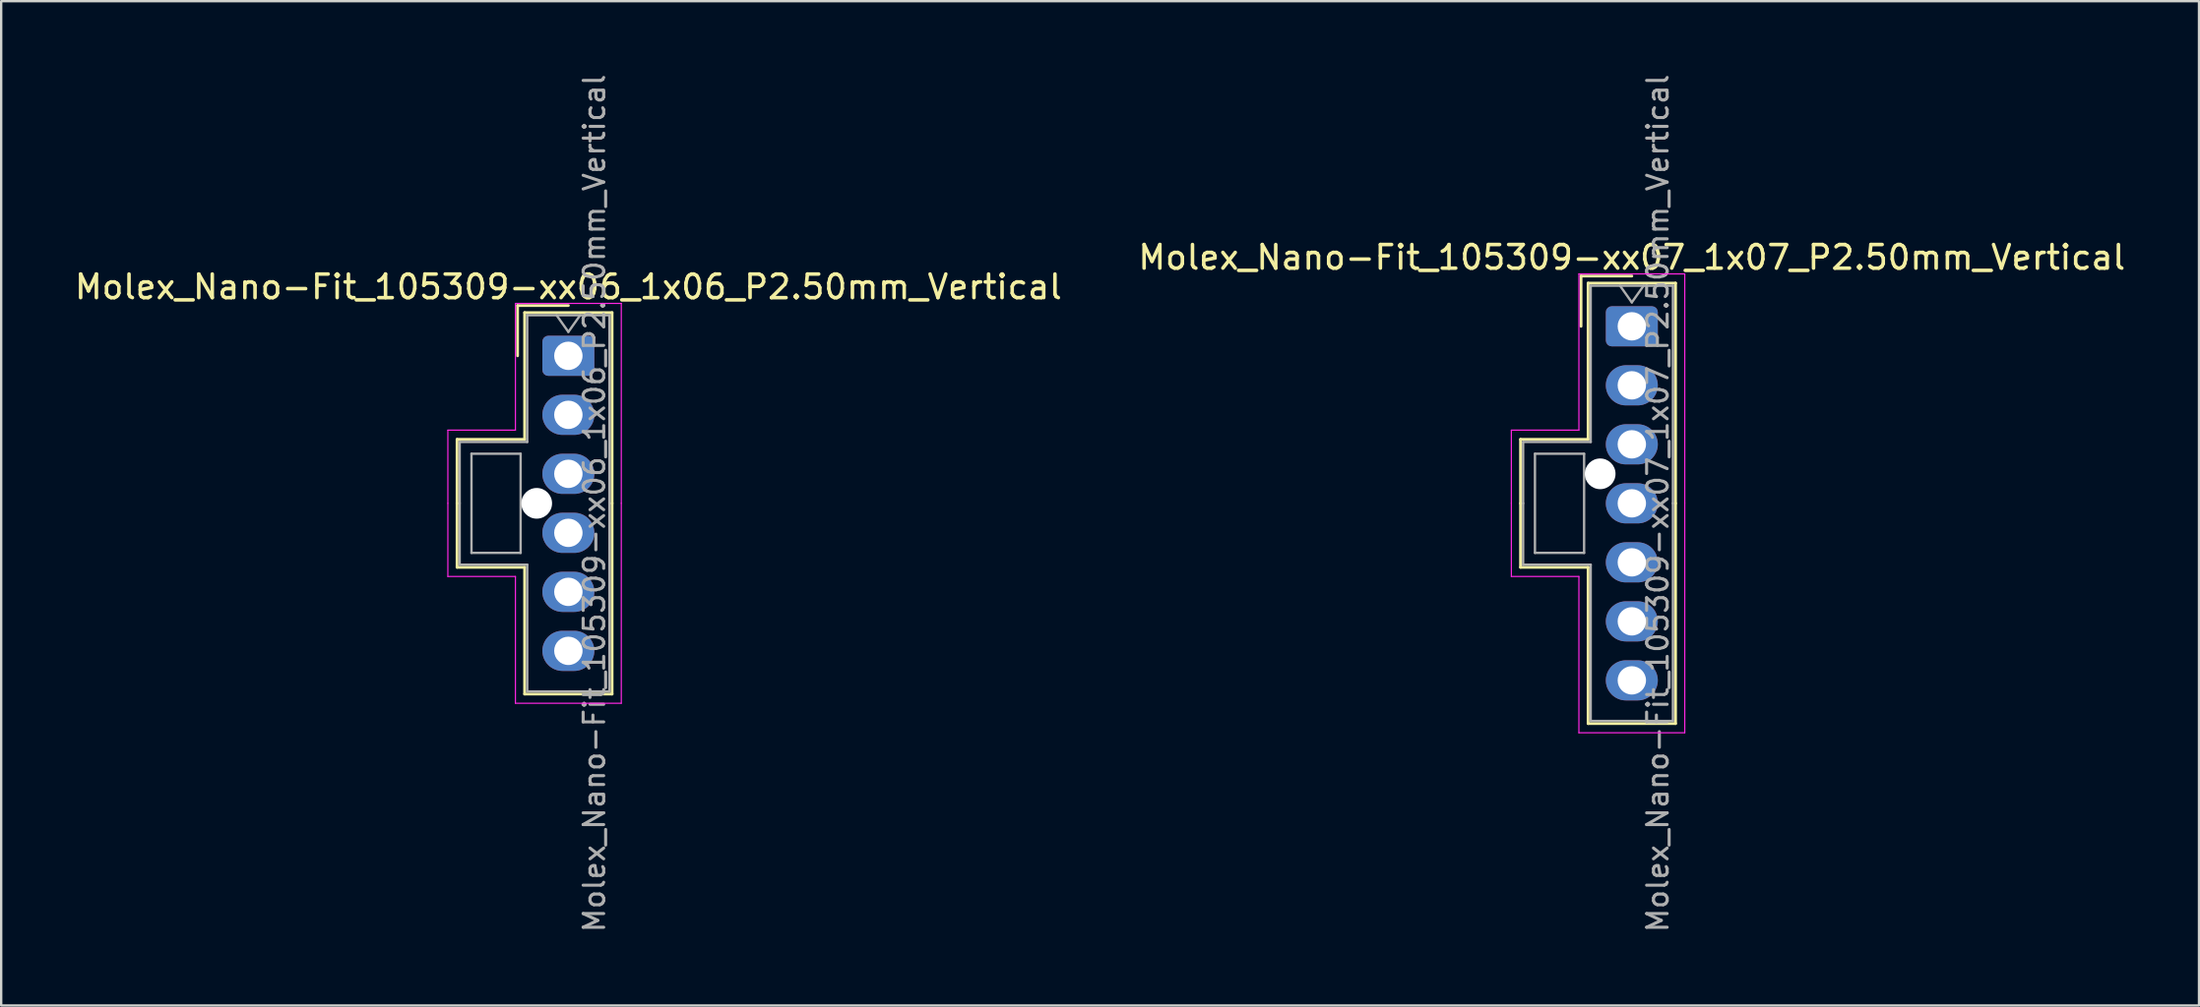
<source format=kicad_pcb>
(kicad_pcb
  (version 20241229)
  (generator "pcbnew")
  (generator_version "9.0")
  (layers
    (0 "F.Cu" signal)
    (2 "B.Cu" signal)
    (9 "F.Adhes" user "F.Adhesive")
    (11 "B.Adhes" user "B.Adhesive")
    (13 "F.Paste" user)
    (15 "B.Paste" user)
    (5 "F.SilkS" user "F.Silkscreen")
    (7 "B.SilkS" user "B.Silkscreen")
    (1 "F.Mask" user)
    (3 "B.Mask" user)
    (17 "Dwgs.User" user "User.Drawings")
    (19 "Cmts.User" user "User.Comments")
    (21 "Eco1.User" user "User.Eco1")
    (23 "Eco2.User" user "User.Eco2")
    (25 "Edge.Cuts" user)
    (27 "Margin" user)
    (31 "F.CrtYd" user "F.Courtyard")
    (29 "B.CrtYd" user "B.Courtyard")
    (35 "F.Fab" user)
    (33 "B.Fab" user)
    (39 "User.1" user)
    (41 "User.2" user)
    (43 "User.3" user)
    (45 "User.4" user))
  (footprint "Molex_Nano-Fit_105309-xx07_1x07_P2.50mm_Vertical"
    (layer "F.Cu")
    (at 66.018 10.774)
    (property "Reference" "Molex_Nano-Fit_105309-xx07_1x07_P2.50mm_Vertical" (at 0 -2.92 0) (layer "F.SilkS") (effects (font (size 1 1) (thickness 0.15))))
    (attr through_hole)
    (fp_line (start -4.71 4.79) (end -4.71 7.5) (stroke (width 0.12) (type solid)) (layer "F.SilkS"))
    (fp_line (start -4.71 10.21) (end -4.71 7.5) (stroke (width 0.12) (type solid)) (layer "F.SilkS"))
    (fp_line (start -2.15 -2.13) (end -2.15 0) (stroke (width 0.12) (type solid)) (layer "F.SilkS"))
    (fp_line (start -1.85 -1.83) (end -1.85 4.79) (stroke (width 0.12) (type solid)) (layer "F.SilkS"))
    (fp_line (start -1.85 4.79) (end -4.71 4.79) (stroke (width 0.12) (type solid)) (layer "F.SilkS"))
    (fp_line (start -1.85 10.21) (end -4.71 10.21) (stroke (width 0.12) (type solid)) (layer "F.SilkS"))
    (fp_line (start -1.85 16.83) (end -1.85 10.21) (stroke (width 0.12) (type solid)) (layer "F.SilkS"))
    (fp_line (start 0 -2.13) (end -2.15 -2.13) (stroke (width 0.12) (type solid)) (layer "F.SilkS"))
    (fp_line (start 1.85 -1.83) (end -1.85 -1.83) (stroke (width 0.12) (type solid)) (layer "F.SilkS"))
    (fp_line (start 1.85 7.5) (end 1.85 -1.83) (stroke (width 0.12) (type solid)) (layer "F.SilkS"))
    (fp_line (start 1.85 7.5) (end 1.85 16.83) (stroke (width 0.12) (type solid)) (layer "F.SilkS"))
    (fp_line (start 1.85 16.83) (end -1.85 16.83) (stroke (width 0.12) (type solid)) (layer "F.SilkS"))
    (fp_line (start -5.1 4.4) (end -5.1 7.5) (stroke (width 0.05) (type solid)) (layer "F.CrtYd"))
    (fp_line (start -5.1 10.6) (end -5.1 7.5) (stroke (width 0.05) (type solid)) (layer "F.CrtYd"))
    (fp_line (start -2.24 -2.22) (end -2.24 4.4) (stroke (width 0.05) (type solid)) (layer "F.CrtYd"))
    (fp_line (start -2.24 4.4) (end -5.1 4.4) (stroke (width 0.05) (type solid)) (layer "F.CrtYd"))
    (fp_line (start -2.24 10.6) (end -5.1 10.6) (stroke (width 0.05) (type solid)) (layer "F.CrtYd"))
    (fp_line (start -2.24 17.22) (end -2.24 10.6) (stroke (width 0.05) (type solid)) (layer "F.CrtYd"))
    (fp_line (start 2.24 -2.22) (end -2.24 -2.22) (stroke (width 0.05) (type solid)) (layer "F.CrtYd"))
    (fp_line (start 2.24 7.5) (end 2.24 -2.22) (stroke (width 0.05) (type solid)) (layer "F.CrtYd"))
    (fp_line (start 2.24 7.5) (end 2.24 17.22) (stroke (width 0.05) (type solid)) (layer "F.CrtYd"))
    (fp_line (start 2.24 17.22) (end -2.24 17.22) (stroke (width 0.05) (type solid)) (layer "F.CrtYd"))
    (fp_line (start -4.6 4.9) (end -4.6 7.5) (stroke (width 0.1) (type solid)) (layer "F.Fab"))
    (fp_line (start -4.6 10.1) (end -4.6 7.5) (stroke (width 0.1) (type solid)) (layer "F.Fab"))
    (fp_line (start -4.1 5.4) (end -4.1 9.6) (stroke (width 0.1) (type solid)) (layer "F.Fab"))
    (fp_line (start -4.1 9.6) (end -2.02 9.6) (stroke (width 0.1) (type solid)) (layer "F.Fab"))
    (fp_line (start -2.02 5.4) (end -4.1 5.4) (stroke (width 0.1) (type solid)) (layer "F.Fab"))
    (fp_line (start -2.02 9.6) (end -2.02 5.4) (stroke (width 0.1) (type solid)) (layer "F.Fab"))
    (fp_line (start -1.74 -1.72) (end -1.74 4.9) (stroke (width 0.1) (type solid)) (layer "F.Fab"))
    (fp_line (start -1.74 4.9) (end -4.6 4.9) (stroke (width 0.1) (type solid)) (layer "F.Fab"))
    (fp_line (start -1.74 10.1) (end -4.6 10.1) (stroke (width 0.1) (type solid)) (layer "F.Fab"))
    (fp_line (start -1.74 16.72) (end -1.74 10.1) (stroke (width 0.1) (type solid)) (layer "F.Fab"))
    (fp_line (start -0.5 -1.72) (end 0 -1.013) (stroke (width 0.1) (type solid)) (layer "F.Fab"))
    (fp_line (start 0 -1.013) (end 0.5 -1.72) (stroke (width 0.1) (type solid)) (layer "F.Fab"))
    (fp_line (start 1.74 -1.72) (end -1.74 -1.72) (stroke (width 0.1) (type solid)) (layer "F.Fab"))
    (fp_line (start 1.74 7.5) (end 1.74 -1.72) (stroke (width 0.1) (type solid)) (layer "F.Fab"))
    (fp_line (start 1.74 7.5) (end 1.74 16.72) (stroke (width 0.1) (type solid)) (layer "F.Fab"))
    (fp_line (start 1.74 16.72) (end -1.74 16.72) (stroke (width 0.1) (type solid)) (layer "F.Fab"))
    (fp_text user "${REFERENCE}" (at 1.1 7.5 90) (layer "F.Fab") (effects (font (size 0.87 0.87) (thickness 0.13))))
    (pad "" np_thru_hole circle (at -1.34 6.25) (size 1.3 1.3) (drill 1.3) (layers "*.Cu" "*.Mask"))
    (pad "1" thru_hole roundrect (at 0 0) (size 2.2 1.7) (drill 1.2) (layers "*.Cu" "*.Mask") (roundrect_rratio 0.147))
    (pad "2" thru_hole oval (at 0 2.5) (size 2.2 1.7) (drill 1.2) (layers "*.Cu" "*.Mask"))
    (pad "3" thru_hole oval (at 0 5) (size 2.2 1.7) (drill 1.2) (layers "*.Cu" "*.Mask"))
    (pad "4" thru_hole oval (at 0 7.5) (size 2.2 1.7) (drill 1.2) (layers "*.Cu" "*.Mask"))
    (pad "5" thru_hole oval (at 0 10) (size 2.2 1.7) (drill 1.2) (layers "*.Cu" "*.Mask"))
    (pad "6" thru_hole oval (at 0 12.5) (size 2.2 1.7) (drill 1.2) (layers "*.Cu" "*.Mask"))
    (pad "7" thru_hole oval (at 0 15) (size 2.2 1.7) (drill 1.2) (layers "*.Cu" "*.Mask")))
  (footprint "Molex_Nano-Fit_105309-xx06_1x06_P2.50mm_Vertical"
    (layer "F.Cu")
    (at 21.006 12.024)
    (property "Reference" "Molex_Nano-Fit_105309-xx06_1x06_P2.50mm_Vertical" (at 0 -2.92 0) (layer "F.SilkS") (effects (font (size 1 1) (thickness 0.15))))
    (attr through_hole)
    (fp_line (start -4.71 3.54) (end -4.71 6.25) (stroke (width 0.12) (type solid)) (layer "F.SilkS"))
    (fp_line (start -4.71 8.96) (end -4.71 6.25) (stroke (width 0.12) (type solid)) (layer "F.SilkS"))
    (fp_line (start -2.15 -2.13) (end -2.15 0) (stroke (width 0.12) (type solid)) (layer "F.SilkS"))
    (fp_line (start -1.85 -1.83) (end -1.85 3.54) (stroke (width 0.12) (type solid)) (layer "F.SilkS"))
    (fp_line (start -1.85 3.54) (end -4.71 3.54) (stroke (width 0.12) (type solid)) (layer "F.SilkS"))
    (fp_line (start -1.85 8.96) (end -4.71 8.96) (stroke (width 0.12) (type solid)) (layer "F.SilkS"))
    (fp_line (start -1.85 14.33) (end -1.85 8.96) (stroke (width 0.12) (type solid)) (layer "F.SilkS"))
    (fp_line (start 0 -2.13) (end -2.15 -2.13) (stroke (width 0.12) (type solid)) (layer "F.SilkS"))
    (fp_line (start 1.85 -1.83) (end -1.85 -1.83) (stroke (width 0.12) (type solid)) (layer "F.SilkS"))
    (fp_line (start 1.85 6.25) (end 1.85 -1.83) (stroke (width 0.12) (type solid)) (layer "F.SilkS"))
    (fp_line (start 1.85 6.25) (end 1.85 14.33) (stroke (width 0.12) (type solid)) (layer "F.SilkS"))
    (fp_line (start 1.85 14.33) (end -1.85 14.33) (stroke (width 0.12) (type solid)) (layer "F.SilkS"))
    (fp_line (start -5.1 3.15) (end -5.1 6.25) (stroke (width 0.05) (type solid)) (layer "F.CrtYd"))
    (fp_line (start -5.1 9.35) (end -5.1 6.25) (stroke (width 0.05) (type solid)) (layer "F.CrtYd"))
    (fp_line (start -2.24 -2.22) (end -2.24 3.15) (stroke (width 0.05) (type solid)) (layer "F.CrtYd"))
    (fp_line (start -2.24 3.15) (end -5.1 3.15) (stroke (width 0.05) (type solid)) (layer "F.CrtYd"))
    (fp_line (start -2.24 9.35) (end -5.1 9.35) (stroke (width 0.05) (type solid)) (layer "F.CrtYd"))
    (fp_line (start -2.24 14.72) (end -2.24 9.35) (stroke (width 0.05) (type solid)) (layer "F.CrtYd"))
    (fp_line (start 2.24 -2.22) (end -2.24 -2.22) (stroke (width 0.05) (type solid)) (layer "F.CrtYd"))
    (fp_line (start 2.24 6.25) (end 2.24 -2.22) (stroke (width 0.05) (type solid)) (layer "F.CrtYd"))
    (fp_line (start 2.24 6.25) (end 2.24 14.72) (stroke (width 0.05) (type solid)) (layer "F.CrtYd"))
    (fp_line (start 2.24 14.72) (end -2.24 14.72) (stroke (width 0.05) (type solid)) (layer "F.CrtYd"))
    (fp_line (start -4.6 3.65) (end -4.6 6.25) (stroke (width 0.1) (type solid)) (layer "F.Fab"))
    (fp_line (start -4.6 8.85) (end -4.6 6.25) (stroke (width 0.1) (type solid)) (layer "F.Fab"))
    (fp_line (start -4.1 4.15) (end -4.1 8.35) (stroke (width 0.1) (type solid)) (layer "F.Fab"))
    (fp_line (start -4.1 8.35) (end -2.02 8.35) (stroke (width 0.1) (type solid)) (layer "F.Fab"))
    (fp_line (start -2.02 4.15) (end -4.1 4.15) (stroke (width 0.1) (type solid)) (layer "F.Fab"))
    (fp_line (start -2.02 8.35) (end -2.02 4.15) (stroke (width 0.1) (type solid)) (layer "F.Fab"))
    (fp_line (start -1.74 -1.72) (end -1.74 3.65) (stroke (width 0.1) (type solid)) (layer "F.Fab"))
    (fp_line (start -1.74 3.65) (end -4.6 3.65) (stroke (width 0.1) (type solid)) (layer "F.Fab"))
    (fp_line (start -1.74 8.85) (end -4.6 8.85) (stroke (width 0.1) (type solid)) (layer "F.Fab"))
    (fp_line (start -1.74 14.22) (end -1.74 8.85) (stroke (width 0.1) (type solid)) (layer "F.Fab"))
    (fp_line (start -0.5 -1.72) (end 0 -1.013) (stroke (width 0.1) (type solid)) (layer "F.Fab"))
    (fp_line (start 0 -1.013) (end 0.5 -1.72) (stroke (width 0.1) (type solid)) (layer "F.Fab"))
    (fp_line (start 1.74 -1.72) (end -1.74 -1.72) (stroke (width 0.1) (type solid)) (layer "F.Fab"))
    (fp_line (start 1.74 6.25) (end 1.74 -1.72) (stroke (width 0.1) (type solid)) (layer "F.Fab"))
    (fp_line (start 1.74 6.25) (end 1.74 14.22) (stroke (width 0.1) (type solid)) (layer "F.Fab"))
    (fp_line (start 1.74 14.22) (end -1.74 14.22) (stroke (width 0.1) (type solid)) (layer "F.Fab"))
    (fp_text user "${REFERENCE}" (at 1.1 6.25 90) (layer "F.Fab") (effects (font (size 0.87 0.87) (thickness 0.13))))
    (pad "" np_thru_hole circle (at -1.34 6.25) (size 1.3 1.3) (drill 1.3) (layers "*.Cu" "*.Mask"))
    (pad "1" thru_hole roundrect (at 0 0) (size 2.2 1.7) (drill 1.2) (layers "*.Cu" "*.Mask") (roundrect_rratio 0.147))
    (pad "2" thru_hole oval (at 0 2.5) (size 2.2 1.7) (drill 1.2) (layers "*.Cu" "*.Mask"))
    (pad "3" thru_hole oval (at 0 5) (size 2.2 1.7) (drill 1.2) (layers "*.Cu" "*.Mask"))
    (pad "4" thru_hole oval (at 0 7.5) (size 2.2 1.7) (drill 1.2) (layers "*.Cu" "*.Mask"))
    (pad "5" thru_hole oval (at 0 10) (size 2.2 1.7) (drill 1.2) (layers "*.Cu" "*.Mask"))
    (pad "6" thru_hole oval (at 0 12.5) (size 2.2 1.7) (drill 1.2) (layers "*.Cu" "*.Mask")))
  (gr_rect
    (start -3 -3)
    (end 90.024 39.549)
    (stroke (width 0.1) (type default))
    (fill no)
    (layer "Edge.Cuts")))
</source>
